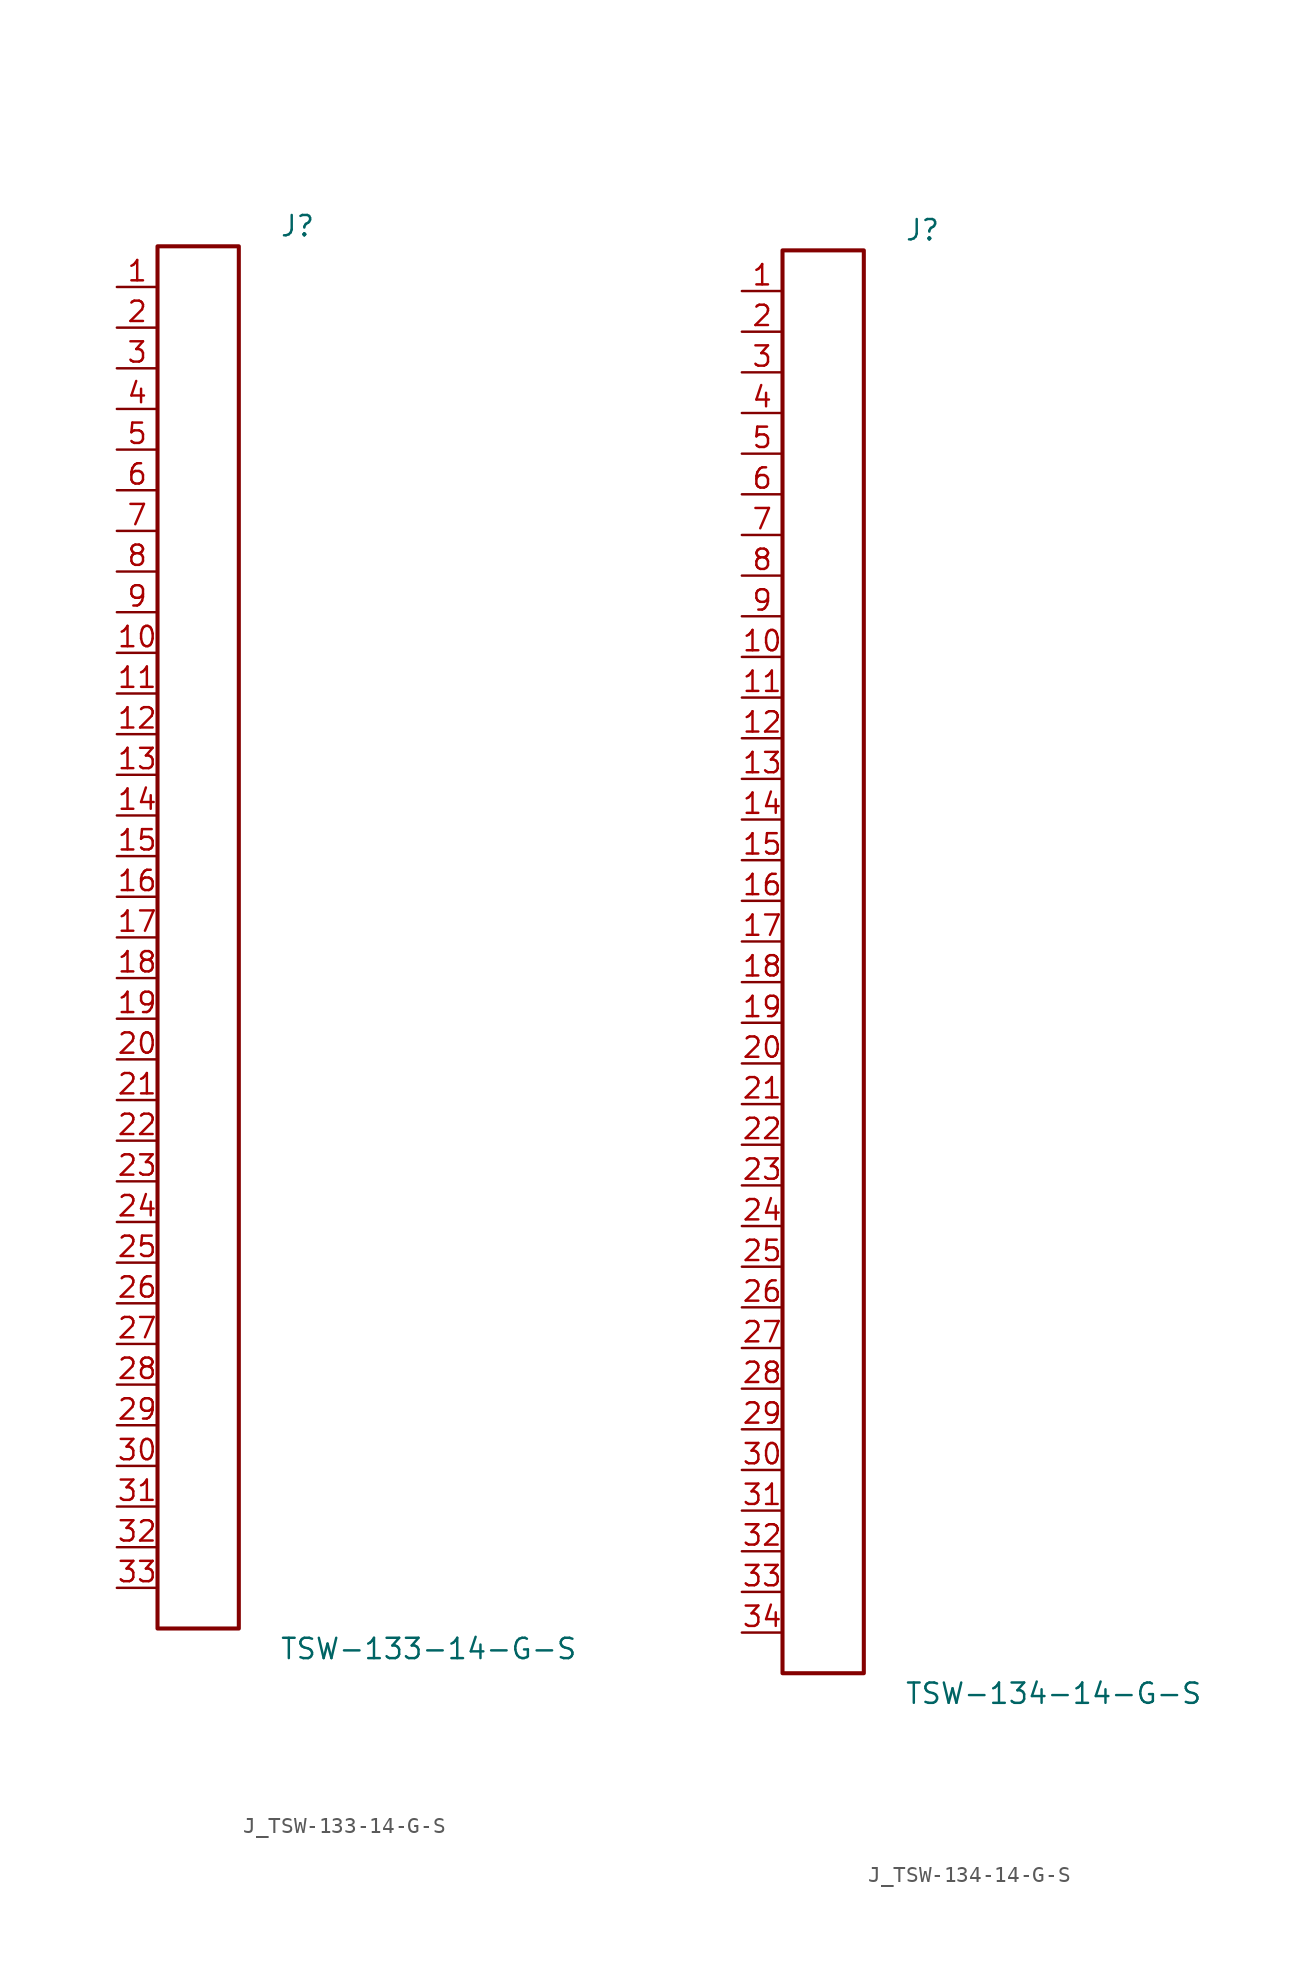
<source format=kicad_sym>
(kicad_symbol_lib
  (version 20231120)
  (generator kicad_symbol_editor)
  (generator_version 8.0)
  (symbol "J_TSW-133-14-G-S"
    (pin_names
      (offset 0.254))
    (property "Reference" "J"
      (at 5.08 44.45 0)
      (effects (font (size 1.27 1.27)) (justify left)))
    (property "Value" "TSW-133-14-G-S"
      (at 5.08 -44.45 0)
      (effects (font (size 1.27 1.27)) (justify left)))
    (symbol "J_TSW-133-14-G-S_0_0"
      (pin passive line (at -5.08 40.64 0) (length 2.54) (name "" (effects (font (size 1.27 1.27)))) (number "1" (effects (font (size 1.27 1.27)))))
      (pin passive line (at -5.08 38.1 0) (length 2.54) (name "" (effects (font (size 1.27 1.27)))) (number "2" (effects (font (size 1.27 1.27)))))
      (pin passive line (at -5.08 35.56 0) (length 2.54) (name "" (effects (font (size 1.27 1.27)))) (number "3" (effects (font (size 1.27 1.27)))))
      (pin passive line (at -5.08 33.02 0) (length 2.54) (name "" (effects (font (size 1.27 1.27)))) (number "4" (effects (font (size 1.27 1.27)))))
      (pin passive line (at -5.08 30.48 0) (length 2.54) (name "" (effects (font (size 1.27 1.27)))) (number "5" (effects (font (size 1.27 1.27)))))
      (pin passive line (at -5.08 27.94 0) (length 2.54) (name "" (effects (font (size 1.27 1.27)))) (number "6" (effects (font (size 1.27 1.27)))))
      (pin passive line (at -5.08 25.4 0) (length 2.54) (name "" (effects (font (size 1.27 1.27)))) (number "7" (effects (font (size 1.27 1.27)))))
      (pin passive line (at -5.08 22.86 0) (length 2.54) (name "" (effects (font (size 1.27 1.27)))) (number "8" (effects (font (size 1.27 1.27)))))
      (pin passive line (at -5.08 20.32 0) (length 2.54) (name "" (effects (font (size 1.27 1.27)))) (number "9" (effects (font (size 1.27 1.27)))))
      (pin passive line (at -5.08 17.78 0) (length 2.54) (name "" (effects (font (size 1.27 1.27)))) (number "10" (effects (font (size 1.27 1.27)))))
      (pin passive line (at -5.08 15.24 0) (length 2.54) (name "" (effects (font (size 1.27 1.27)))) (number "11" (effects (font (size 1.27 1.27)))))
      (pin passive line (at -5.08 12.7 0) (length 2.54) (name "" (effects (font (size 1.27 1.27)))) (number "12" (effects (font (size 1.27 1.27)))))
      (pin passive line (at -5.08 10.16 0) (length 2.54) (name "" (effects (font (size 1.27 1.27)))) (number "13" (effects (font (size 1.27 1.27)))))
      (pin passive line (at -5.08 7.62 0) (length 2.54) (name "" (effects (font (size 1.27 1.27)))) (number "14" (effects (font (size 1.27 1.27)))))
      (pin passive line (at -5.08 5.08 0) (length 2.54) (name "" (effects (font (size 1.27 1.27)))) (number "15" (effects (font (size 1.27 1.27)))))
      (pin passive line (at -5.08 2.54 0) (length 2.54) (name "" (effects (font (size 1.27 1.27)))) (number "16" (effects (font (size 1.27 1.27)))))
      (pin passive line (at -5.08 0.0 0) (length 2.54) (name "" (effects (font (size 1.27 1.27)))) (number "17" (effects (font (size 1.27 1.27)))))
      (pin passive line (at -5.08 -2.54 0) (length 2.54) (name "" (effects (font (size 1.27 1.27)))) (number "18" (effects (font (size 1.27 1.27)))))
      (pin passive line (at -5.08 -5.08 0) (length 2.54) (name "" (effects (font (size 1.27 1.27)))) (number "19" (effects (font (size 1.27 1.27)))))
      (pin passive line (at -5.08 -7.62 0) (length 2.54) (name "" (effects (font (size 1.27 1.27)))) (number "20" (effects (font (size 1.27 1.27)))))
      (pin passive line (at -5.08 -10.16 0) (length 2.54) (name "" (effects (font (size 1.27 1.27)))) (number "21" (effects (font (size 1.27 1.27)))))
      (pin passive line (at -5.08 -12.7 0) (length 2.54) (name "" (effects (font (size 1.27 1.27)))) (number "22" (effects (font (size 1.27 1.27)))))
      (pin passive line (at -5.08 -15.24 0) (length 2.54) (name "" (effects (font (size 1.27 1.27)))) (number "23" (effects (font (size 1.27 1.27)))))
      (pin passive line (at -5.08 -17.78 0) (length 2.54) (name "" (effects (font (size 1.27 1.27)))) (number "24" (effects (font (size 1.27 1.27)))))
      (pin passive line (at -5.08 -20.32 0) (length 2.54) (name "" (effects (font (size 1.27 1.27)))) (number "25" (effects (font (size 1.27 1.27)))))
      (pin passive line (at -5.08 -22.86 0) (length 2.54) (name "" (effects (font (size 1.27 1.27)))) (number "26" (effects (font (size 1.27 1.27)))))
      (pin passive line (at -5.08 -25.4 0) (length 2.54) (name "" (effects (font (size 1.27 1.27)))) (number "27" (effects (font (size 1.27 1.27)))))
      (pin passive line (at -5.08 -27.94 0) (length 2.54) (name "" (effects (font (size 1.27 1.27)))) (number "28" (effects (font (size 1.27 1.27)))))
      (pin passive line (at -5.08 -30.48 0) (length 2.54) (name "" (effects (font (size 1.27 1.27)))) (number "29" (effects (font (size 1.27 1.27)))))
      (pin passive line (at -5.08 -33.02 0) (length 2.54) (name "" (effects (font (size 1.27 1.27)))) (number "30" (effects (font (size 1.27 1.27)))))
      (pin passive line (at -5.08 -35.56 0) (length 2.54) (name "" (effects (font (size 1.27 1.27)))) (number "31" (effects (font (size 1.27 1.27)))))
      (pin passive line (at -5.08 -38.1 0) (length 2.54) (name "" (effects (font (size 1.27 1.27)))) (number "32" (effects (font (size 1.27 1.27)))))
      (pin passive line (at -5.08 -40.64 0) (length 2.54) (name "" (effects (font (size 1.27 1.27)))) (number "33" (effects (font (size 1.27 1.27))))))
    (symbol "J_TSW-133-14-G-S_1_0"
      (rectangle (start -2.54 43.18) (end 2.54 -43.18) (stroke (width 0.254) (type solid)) (fill (type none)))))
  (symbol "J_TSW-134-14-G-S"
    (pin_names
      (offset 0.254))
    (property "Reference" "J"
      (at 5.08 45.72 0)
      (effects (font (size 1.27 1.27)) (justify left)))
    (property "Value" "TSW-134-14-G-S"
      (at 5.08 -45.72 0)
      (effects (font (size 1.27 1.27)) (justify left)))
    (symbol "J_TSW-134-14-G-S_0_0"
      (pin passive line (at -5.08 41.91 0) (length 2.54) (name "" (effects (font (size 1.27 1.27)))) (number "1" (effects (font (size 1.27 1.27)))))
      (pin passive line (at -5.08 39.37 0) (length 2.54) (name "" (effects (font (size 1.27 1.27)))) (number "2" (effects (font (size 1.27 1.27)))))
      (pin passive line (at -5.08 36.83 0) (length 2.54) (name "" (effects (font (size 1.27 1.27)))) (number "3" (effects (font (size 1.27 1.27)))))
      (pin passive line (at -5.08 34.29 0) (length 2.54) (name "" (effects (font (size 1.27 1.27)))) (number "4" (effects (font (size 1.27 1.27)))))
      (pin passive line (at -5.08 31.75 0) (length 2.54) (name "" (effects (font (size 1.27 1.27)))) (number "5" (effects (font (size 1.27 1.27)))))
      (pin passive line (at -5.08 29.21 0) (length 2.54) (name "" (effects (font (size 1.27 1.27)))) (number "6" (effects (font (size 1.27 1.27)))))
      (pin passive line (at -5.08 26.67 0) (length 2.54) (name "" (effects (font (size 1.27 1.27)))) (number "7" (effects (font (size 1.27 1.27)))))
      (pin passive line (at -5.08 24.13 0) (length 2.54) (name "" (effects (font (size 1.27 1.27)))) (number "8" (effects (font (size 1.27 1.27)))))
      (pin passive line (at -5.08 21.59 0) (length 2.54) (name "" (effects (font (size 1.27 1.27)))) (number "9" (effects (font (size 1.27 1.27)))))
      (pin passive line (at -5.08 19.05 0) (length 2.54) (name "" (effects (font (size 1.27 1.27)))) (number "10" (effects (font (size 1.27 1.27)))))
      (pin passive line (at -5.08 16.51 0) (length 2.54) (name "" (effects (font (size 1.27 1.27)))) (number "11" (effects (font (size 1.27 1.27)))))
      (pin passive line (at -5.08 13.97 0) (length 2.54) (name "" (effects (font (size 1.27 1.27)))) (number "12" (effects (font (size 1.27 1.27)))))
      (pin passive line (at -5.08 11.43 0) (length 2.54) (name "" (effects (font (size 1.27 1.27)))) (number "13" (effects (font (size 1.27 1.27)))))
      (pin passive line (at -5.08 8.89 0) (length 2.54) (name "" (effects (font (size 1.27 1.27)))) (number "14" (effects (font (size 1.27 1.27)))))
      (pin passive line (at -5.08 6.35 0) (length 2.54) (name "" (effects (font (size 1.27 1.27)))) (number "15" (effects (font (size 1.27 1.27)))))
      (pin passive line (at -5.08 3.81 0) (length 2.54) (name "" (effects (font (size 1.27 1.27)))) (number "16" (effects (font (size 1.27 1.27)))))
      (pin passive line (at -5.08 1.27 0) (length 2.54) (name "" (effects (font (size 1.27 1.27)))) (number "17" (effects (font (size 1.27 1.27)))))
      (pin passive line (at -5.08 -1.27 0) (length 2.54) (name "" (effects (font (size 1.27 1.27)))) (number "18" (effects (font (size 1.27 1.27)))))
      (pin passive line (at -5.08 -3.81 0) (length 2.54) (name "" (effects (font (size 1.27 1.27)))) (number "19" (effects (font (size 1.27 1.27)))))
      (pin passive line (at -5.08 -6.35 0) (length 2.54) (name "" (effects (font (size 1.27 1.27)))) (number "20" (effects (font (size 1.27 1.27)))))
      (pin passive line (at -5.08 -8.89 0) (length 2.54) (name "" (effects (font (size 1.27 1.27)))) (number "21" (effects (font (size 1.27 1.27)))))
      (pin passive line (at -5.08 -11.43 0) (length 2.54) (name "" (effects (font (size 1.27 1.27)))) (number "22" (effects (font (size 1.27 1.27)))))
      (pin passive line (at -5.08 -13.97 0) (length 2.54) (name "" (effects (font (size 1.27 1.27)))) (number "23" (effects (font (size 1.27 1.27)))))
      (pin passive line (at -5.08 -16.51 0) (length 2.54) (name "" (effects (font (size 1.27 1.27)))) (number "24" (effects (font (size 1.27 1.27)))))
      (pin passive line (at -5.08 -19.05 0) (length 2.54) (name "" (effects (font (size 1.27 1.27)))) (number "25" (effects (font (size 1.27 1.27)))))
      (pin passive line (at -5.08 -21.59 0) (length 2.54) (name "" (effects (font (size 1.27 1.27)))) (number "26" (effects (font (size 1.27 1.27)))))
      (pin passive line (at -5.08 -24.13 0) (length 2.54) (name "" (effects (font (size 1.27 1.27)))) (number "27" (effects (font (size 1.27 1.27)))))
      (pin passive line (at -5.08 -26.67 0) (length 2.54) (name "" (effects (font (size 1.27 1.27)))) (number "28" (effects (font (size 1.27 1.27)))))
      (pin passive line (at -5.08 -29.21 0) (length 2.54) (name "" (effects (font (size 1.27 1.27)))) (number "29" (effects (font (size 1.27 1.27)))))
      (pin passive line (at -5.08 -31.75 0) (length 2.54) (name "" (effects (font (size 1.27 1.27)))) (number "30" (effects (font (size 1.27 1.27)))))
      (pin passive line (at -5.08 -34.29 0) (length 2.54) (name "" (effects (font (size 1.27 1.27)))) (number "31" (effects (font (size 1.27 1.27)))))
      (pin passive line (at -5.08 -36.83 0) (length 2.54) (name "" (effects (font (size 1.27 1.27)))) (number "32" (effects (font (size 1.27 1.27)))))
      (pin passive line (at -5.08 -39.37 0) (length 2.54) (name "" (effects (font (size 1.27 1.27)))) (number "33" (effects (font (size 1.27 1.27)))))
      (pin passive line (at -5.08 -41.91 0) (length 2.54) (name "" (effects (font (size 1.27 1.27)))) (number "34" (effects (font (size 1.27 1.27))))))
    (symbol "J_TSW-134-14-G-S_1_0"
      (rectangle (start -2.54 44.45) (end 2.54 -44.45) (stroke (width 0.254) (type solid)) (fill (type none))))))
</source>
